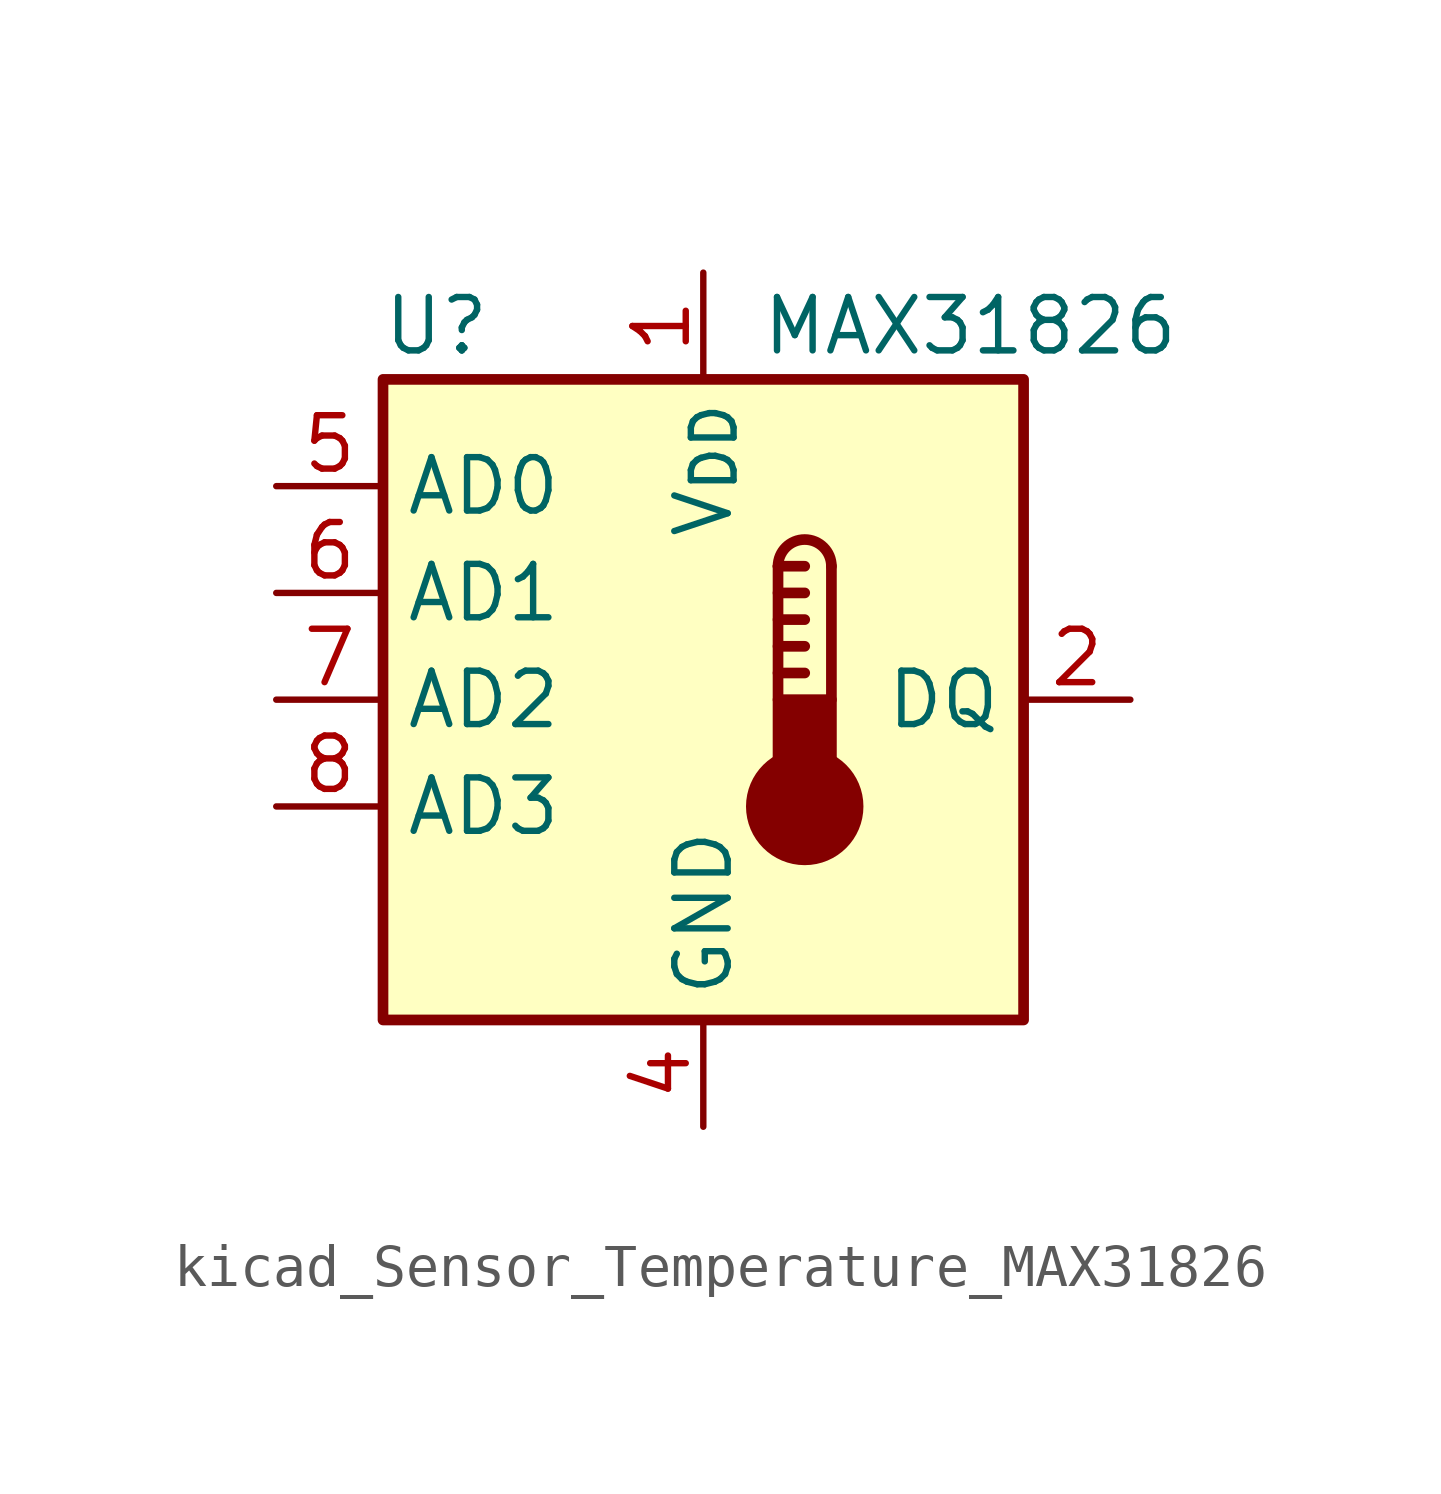
<source format=kicad_sym>
(kicad_symbol_lib
  (version 20220914)
  (generator kicad_symbol_editor)
  (symbol "kicad_Sensor_Temperature_MAX31826"
    (property "Reference" "U"
      (at -6.35 8.89 0)
      (effects (font (size 1.27 1.27))))
    (property "Value" "MAX31826"
      (at 6.35 8.89 0)
      (effects (font (size 1.27 1.27))))
    (symbol "kicad_Sensor_Temperature_MAX31826_0_1"
      (rectangle (start -7.62 7.62) (end 7.62 -7.62) (stroke (width 0.254) (type default)) (fill (type background)))
      (polyline (pts (xy 1.778 0.635) (xy 2.413 0.635)) (stroke (width 0.254) (type default)) (fill (type none)))
      (polyline (pts (xy 1.778 1.27) (xy 2.413 1.27)) (stroke (width 0.254) (type default)) (fill (type none)))
      (polyline (pts (xy 1.778 1.905) (xy 2.413 1.905)) (stroke (width 0.254) (type default)) (fill (type none)))
      (polyline (pts (xy 1.778 2.54) (xy 2.413 2.54)) (stroke (width 0.254) (type default)) (fill (type none)))
      (polyline (pts (xy 1.778 3.175) (xy 1.778 0)) (stroke (width 0.254) (type default)) (fill (type none)))
      (polyline (pts (xy 1.778 3.175) (xy 2.413 3.175)) (stroke (width 0.254) (type default)) (fill (type none)))
      (polyline (pts (xy 3.048 3.175) (xy 3.048 0)) (stroke (width 0.254) (type default)) (fill (type none)))
      (circle (center 2.413 -2.54) (radius 1.27) (stroke (width 0.254) (type default)) (fill (type outline)))
      (rectangle (start 3.048 -1.905) (end 1.778 0) (stroke (width 0.254) (type default)) (fill (type outline)))
      (arc (start 3.048 3.175) (mid 2.413 3.8073) (end 1.778 3.175) (stroke (width 0.254) (type default)) (fill (type none))))
    (symbol "kicad_Sensor_Temperature_MAX31826_1_1"
      (pin power_in line (at 0 10.16 270) (length 2.54) (name "V_{DD}" (effects (font (size 1.27 1.27)))) (number "1" (effects (font (size 1.27 1.27)))))
      (pin bidirectional line (at 10.16 0 180) (length 2.54) (name "DQ" (effects (font (size 1.27 1.27)))) (number "2" (effects (font (size 1.27 1.27)))))
      (pin no_connect line (at -7.62 -5.08 0) (length 2.54) hide (name "NC" (effects (font (size 1.27 1.27)))) (number "3" (effects (font (size 1.27 1.27)))))
      (pin power_in line (at 0 -10.16 90) (length 2.54) (name "GND" (effects (font (size 1.27 1.27)))) (number "4" (effects (font (size 1.27 1.27)))))
      (pin input line (at -10.16 5.08 0) (length 2.54) (name "AD0" (effects (font (size 1.27 1.27)))) (number "5" (effects (font (size 1.27 1.27)))))
      (pin input line (at -10.16 2.54 0) (length 2.54) (name "AD1" (effects (font (size 1.27 1.27)))) (number "6" (effects (font (size 1.27 1.27)))))
      (pin input line (at -10.16 0 0) (length 2.54) (name "AD2" (effects (font (size 1.27 1.27)))) (number "7" (effects (font (size 1.27 1.27)))))
      (pin input line (at -10.16 -2.54 0) (length 2.54) (name "AD3" (effects (font (size 1.27 1.27)))) (number "8" (effects (font (size 1.27 1.27))))))))
</source>
